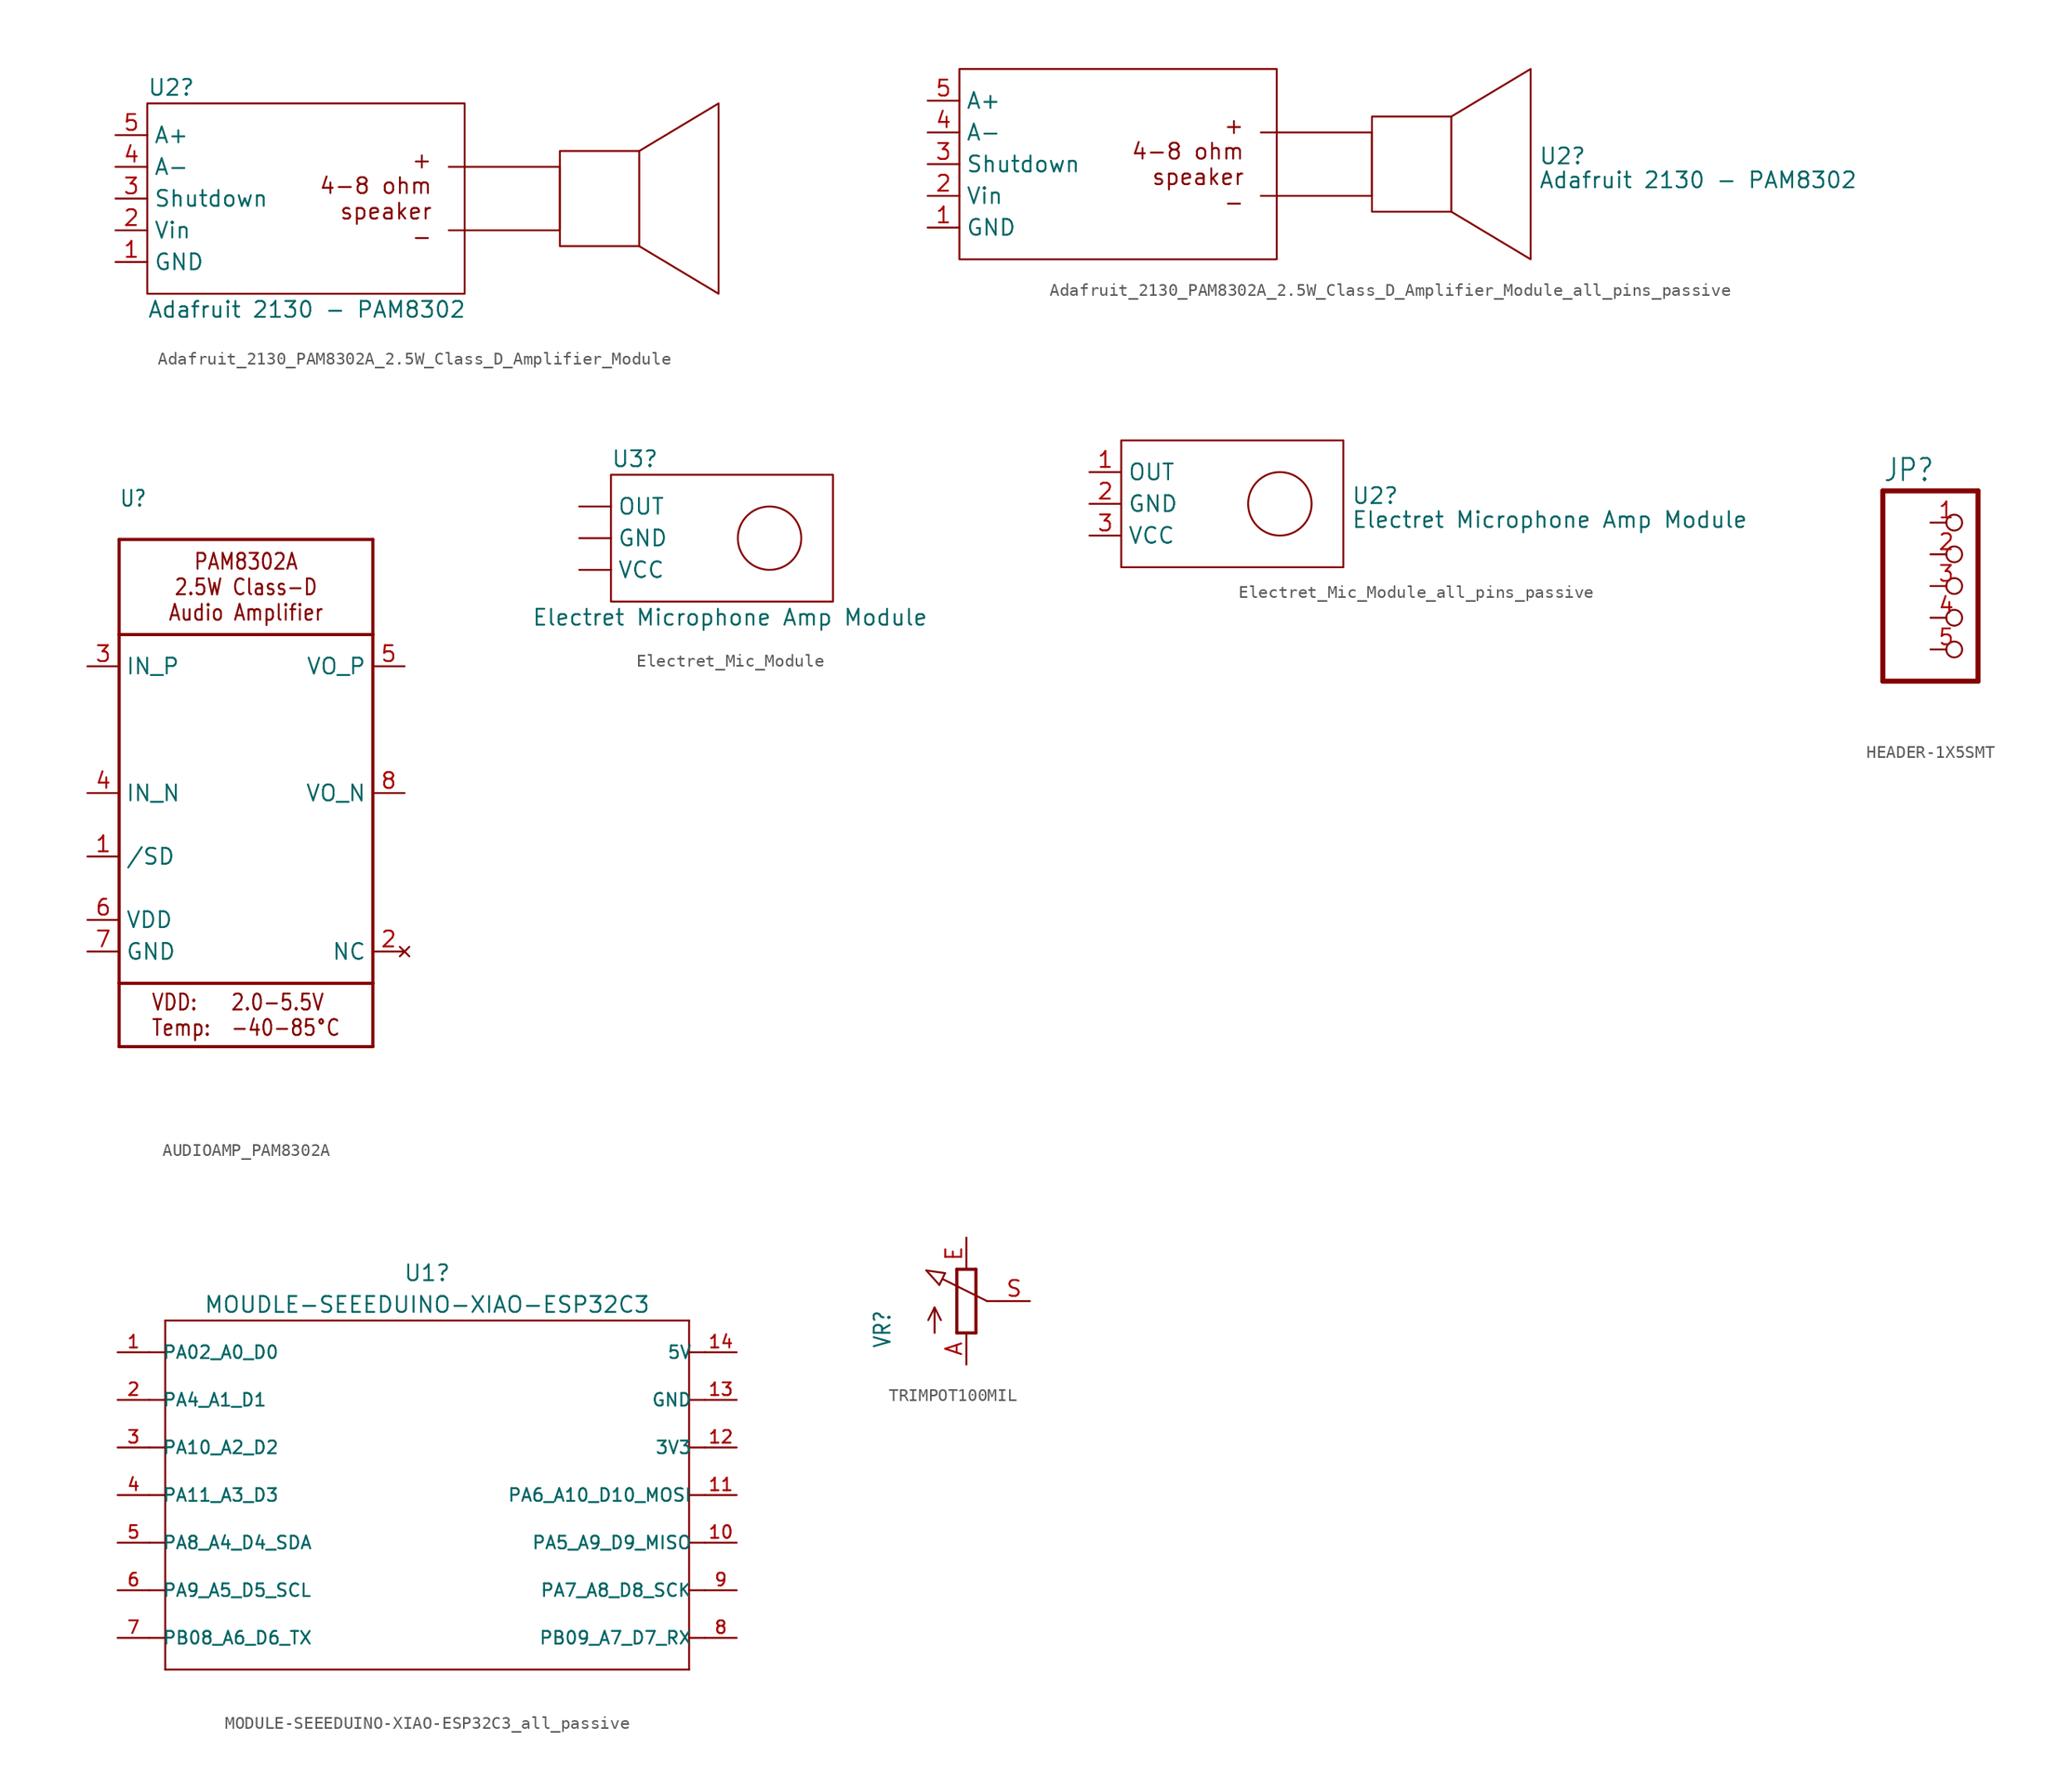
<source format=kicad_sym>
(kicad_symbol_lib
  (version 20220914)
  (generator kicad_symbol_editor)
  (symbol "Adafruit_2130_PAM8302A_2.5W_Class_D_Amplifier_Module"
    (property "Reference" "U2"
      (at -5.08 8.89 0)
      (effects (font (size 1.27 1.27)) (justify left)))
    (property "Value" "Adafruit 2130 - PAM8302"
      (at -5.08 -8.89 0)
      (effects (font (size 1.27 1.27)) (justify left)))
    (symbol "Adafruit_2130_PAM8302A_2.5W_Class_D_Amplifier_Module_0_1"
      (rectangle (start -5.08 7.62) (end 20.32 -7.62) (stroke (width 0) (type default)) (fill (type none)))
      (polyline (pts (xy 19.05 2.54) (xy 27.94 2.54) (xy 27.94 -2.54) (xy 19.05 -2.54)) (stroke (width 0) (type default)) (fill (type none)))
      (polyline (pts (xy 34.29 3.81) (xy 40.64 7.62) (xy 40.64 -7.62) (xy 34.29 -3.81)) (stroke (width 0) (type default)) (fill (type none)))
      (rectangle (start 27.94 3.81) (end 34.29 -3.81) (stroke (width 0) (type default)) (fill (type none))))
    (symbol "Adafruit_2130_PAM8302A_2.5W_Class_D_Amplifier_Module_1_1"
      (text "+\n4-8 ohm\nspeaker\n-" (at 17.78 0 0) (effects (font (size 1.27 1.27)) (justify right)))
      (pin power_in line (at -7.62 -5.08 0) (length 2.54) (name "GND" (effects (font (size 1.27 1.27)))) (number "1" (effects (font (size 1.27 1.27)))))
      (pin power_in line (at -7.62 -2.54 0) (length 2.54) (name "Vin" (effects (font (size 1.27 1.27)))) (number "2" (effects (font (size 1.27 1.27)))))
      (pin bidirectional line (at -7.62 0 0) (length 2.54) (name "Shutdown" (effects (font (size 1.27 1.27)))) (number "3" (effects (font (size 1.27 1.27)))))
      (pin bidirectional line (at -7.62 2.54 0) (length 2.54) (name "A-" (effects (font (size 1.27 1.27)))) (number "4" (effects (font (size 1.27 1.27)))))
      (pin bidirectional line (at -7.62 5.08 0) (length 2.54) (name "A+" (effects (font (size 1.27 1.27)))) (number "5" (effects (font (size 1.27 1.27)))))))
  (symbol "Adafruit_2130_PAM8302A_2.5W_Class_D_Amplifier_Module_all_pins_passive"
    (property "Reference" "U2"
      (at 41.275 0.644 0)
      (effects (font (size 1.27 1.27)) (justify left)))
    (property "Value" "Adafruit 2130 - PAM8302"
      (at 41.275 -1.277 0)
      (effects (font (size 1.27 1.27)) (justify left)))
    (symbol "Adafruit_2130_PAM8302A_2.5W_Class_D_Amplifier_Module_all_pins_passive_0_1"
      (rectangle (start -5.08 7.62) (end 20.32 -7.62) (stroke (width 0) (type default)) (fill (type none)))
      (polyline (pts (xy 19.05 2.54) (xy 27.94 2.54) (xy 27.94 -2.54) (xy 19.05 -2.54)) (stroke (width 0) (type default)) (fill (type none)))
      (polyline (pts (xy 34.29 3.81) (xy 40.64 7.62) (xy 40.64 -7.62) (xy 34.29 -3.81)) (stroke (width 0) (type default)) (fill (type none)))
      (rectangle (start 27.94 3.81) (end 34.29 -3.81) (stroke (width 0) (type default)) (fill (type none))))
    (symbol "Adafruit_2130_PAM8302A_2.5W_Class_D_Amplifier_Module_all_pins_passive_1_1"
      (text "+\n4-8 ohm\nspeaker\n-" (at 17.78 0 0) (effects (font (size 1.27 1.27)) (justify right)))
      (pin passive line (at -7.62 -5.08 0) (length 2.54) (name "GND" (effects (font (size 1.27 1.27)))) (number "1" (effects (font (size 1.27 1.27)))))
      (pin passive line (at -7.62 -2.54 0) (length 2.54) (name "Vin" (effects (font (size 1.27 1.27)))) (number "2" (effects (font (size 1.27 1.27)))))
      (pin passive line (at -7.62 0 0) (length 2.54) (name "Shutdown" (effects (font (size 1.27 1.27)))) (number "3" (effects (font (size 1.27 1.27)))))
      (pin passive line (at -7.62 2.54 0) (length 2.54) (name "A-" (effects (font (size 1.27 1.27)))) (number "4" (effects (font (size 1.27 1.27)))))
      (pin passive line (at -7.62 5.08 0) (length 2.54) (name "A+" (effects (font (size 1.27 1.27)))) (number "5" (effects (font (size 1.27 1.27)))))))
  (symbol "AUDIOAMP_PAM8302A"
    (property "Reference" "U"
      (at -10.16 22.86 0)
      (effects (font (size 1.27 1.079)) (justify left bottom)))
    (property "Value" ""
      (at -10.16 -22.86 0)
      (effects (font (size 1.27 1.079)) (justify left bottom)))
    (property "ki_locked" ""
      (at 0 0 0)
      (effects (font (size 1.27 1.27))))
    (symbol "AUDIOAMP_PAM8302A_1_0"
      (polyline (pts (xy -10.16 -20.32) (xy 10.16 -20.32)) (stroke (width 0.254) (type solid)) (fill (type none)))
      (polyline (pts (xy -10.16 -15.24) (xy -10.16 -20.32)) (stroke (width 0.254) (type solid)) (fill (type none)))
      (polyline (pts (xy -10.16 -15.24) (xy -10.16 12.7)) (stroke (width 0.254) (type solid)) (fill (type none)))
      (polyline (pts (xy -10.16 12.7) (xy -10.16 20.32)) (stroke (width 0.254) (type solid)) (fill (type none)))
      (polyline (pts (xy -10.16 12.7) (xy 10.16 12.7)) (stroke (width 0.254) (type solid)) (fill (type none)))
      (polyline (pts (xy -10.16 20.32) (xy 10.16 20.32)) (stroke (width 0.254) (type solid)) (fill (type none)))
      (polyline (pts (xy 10.16 -20.32) (xy 10.16 -15.24)) (stroke (width 0.254) (type solid)) (fill (type none)))
      (polyline (pts (xy 10.16 -15.24) (xy -10.16 -15.24)) (stroke (width 0.254) (type solid)) (fill (type none)))
      (polyline (pts (xy 10.16 12.7) (xy 10.16 -15.24)) (stroke (width 0.254) (type solid)) (fill (type none)))
      (polyline (pts (xy 10.16 20.32) (xy 10.16 12.7)) (stroke (width 0.254) (type solid)) (fill (type none)))
      (text "2.0-5.5V\n-40-85°C" (at -1.27 -17.78 0) (effects (font (size 1.27 1.079)) (justify left)))
      (text "PAM8302A\n2.5W Class-D\nAudio Amplifier" (at 0 16.51 0) (effects (font (size 1.27 1.079))))
      (text "VDD:\nTemp:" (at -7.62 -17.78 0) (effects (font (size 1.27 1.079)) (justify left)))
      (pin input line (at -12.7 -5.08 0) (length 2.54) (name "/SD" (effects (font (size 1.27 1.27)))) (number "1" (effects (font (size 1.27 1.27)))))
      (pin no_connect line (at 12.7 -12.7 180) (length 2.54) (name "NC" (effects (font (size 1.27 1.27)))) (number "2" (effects (font (size 1.27 1.27)))))
      (pin input line (at -12.7 10.16 0) (length 2.54) (name "IN_P" (effects (font (size 1.27 1.27)))) (number "3" (effects (font (size 1.27 1.27)))))
      (pin input line (at -12.7 0 0) (length 2.54) (name "IN_N" (effects (font (size 1.27 1.27)))) (number "4" (effects (font (size 1.27 1.27)))))
      (pin output line (at 12.7 10.16 180) (length 2.54) (name "VO_P" (effects (font (size 1.27 1.27)))) (number "5" (effects (font (size 1.27 1.27)))))
      (pin power_in line (at -12.7 -10.16 0) (length 2.54) (name "VDD" (effects (font (size 1.27 1.27)))) (number "6" (effects (font (size 1.27 1.27)))))
      (pin power_in line (at -12.7 -12.7 0) (length 2.54) (name "GND" (effects (font (size 1.27 1.27)))) (number "7" (effects (font (size 1.27 1.27)))))
      (pin output line (at 12.7 0 180) (length 2.54) (name "VO_N" (effects (font (size 1.27 1.27)))) (number "8" (effects (font (size 1.27 1.27)))))))
  (symbol "Electret_Mic_Module"
    (property "Reference" "U3"
      (at -8.89 6.35 0)
      (effects (font (size 1.27 1.27)) (justify left)))
    (property "Value" "Electret Microphone Amp Module"
      (at -15.24 -6.35 0)
      (effects (font (size 1.27 1.27)) (justify left)))
    (symbol "Electret_Mic_Module_0_1"
      (rectangle (start -8.89 5.08) (end 8.89 -5.08) (stroke (width 0) (type default)) (fill (type none)))
      (circle (center 3.81 0) (radius 2.54) (stroke (width 0) (type default)) (fill (type none))))
    (symbol "Electret_Mic_Module_1_1"
      (pin bidirectional line (at -11.43 0 0) (length 2.54) (name "GND" (effects (font (size 1.27 1.27)))) (number "" (effects (font (size 1.27 1.27)))))
      (pin bidirectional line (at -11.43 2.54 0) (length 2.54) (name "OUT" (effects (font (size 1.27 1.27)))) (number "" (effects (font (size 1.27 1.27)))))
      (pin bidirectional line (at -11.43 -2.54 0) (length 2.54) (name "VCC" (effects (font (size 1.27 1.27)))) (number "" (effects (font (size 1.27 1.27)))))))
  (symbol "Electret_Mic_Module_all_pins_passive"
    (property "Reference" "U2"
      (at 9.525 0.644 0)
      (effects (font (size 1.27 1.27)) (justify left)))
    (property "Value" "Electret Microphone Amp Module"
      (at 9.525 -1.277 0)
      (effects (font (size 1.27 1.27)) (justify left)))
    (symbol "Electret_Mic_Module_all_pins_passive_0_1"
      (rectangle (start -8.89 5.08) (end 8.89 -5.08) (stroke (width 0) (type default)) (fill (type none)))
      (circle (center 3.81 0) (radius 2.54) (stroke (width 0) (type default)) (fill (type none))))
    (symbol "Electret_Mic_Module_all_pins_passive_1_1"
      (pin passive line (at -11.43 2.54 0) (length 2.54) (name "OUT" (effects (font (size 1.27 1.27)))) (number "1" (effects (font (size 1.27 1.27)))))
      (pin passive line (at -11.43 0 0) (length 2.54) (name "GND" (effects (font (size 1.27 1.27)))) (number "2" (effects (font (size 1.27 1.27)))))
      (pin passive line (at -11.43 -2.54 0) (length 2.54) (name "VCC" (effects (font (size 1.27 1.27)))) (number "3" (effects (font (size 1.27 1.27)))))))
  (symbol "HEADER-1X5SMT"
    (property "Reference" "JP"
      (at -6.35 8.255 0)
      (effects (font (size 1.778 1.511)) (justify left bottom)))
    (property "Value" ""
      (at -6.35 -10.16 0)
      (effects (font (size 1.778 1.511)) (justify left bottom)))
    (property "ki_locked" ""
      (at 0 0 0)
      (effects (font (size 1.27 1.27))))
    (symbol "HEADER-1X5SMT_1_0"
      (polyline (pts (xy -6.35 -7.62) (xy 1.27 -7.62)) (stroke (width 0.406) (type solid)) (fill (type none)))
      (polyline (pts (xy -6.35 7.62) (xy -6.35 -7.62)) (stroke (width 0.406) (type solid)) (fill (type none)))
      (polyline (pts (xy 1.27 -7.62) (xy 1.27 7.62)) (stroke (width 0.406) (type solid)) (fill (type none)))
      (polyline (pts (xy 1.27 7.62) (xy -6.35 7.62)) (stroke (width 0.406) (type solid)) (fill (type none)))
      (pin passive inverted (at -2.54 5.08 0) (length 2.54) (name "1" (effects (font (size 0 0)))) (number "1" (effects (font (size 1.27 1.27)))))
      (pin passive inverted (at -2.54 2.54 0) (length 2.54) (name "2" (effects (font (size 0 0)))) (number "2" (effects (font (size 1.27 1.27)))))
      (pin passive inverted (at -2.54 0 0) (length 2.54) (name "3" (effects (font (size 0 0)))) (number "3" (effects (font (size 1.27 1.27)))))
      (pin passive inverted (at -2.54 -2.54 0) (length 2.54) (name "4" (effects (font (size 0 0)))) (number "4" (effects (font (size 1.27 1.27)))))
      (pin passive inverted (at -2.54 -5.08 0) (length 2.54) (name "5" (effects (font (size 0 0)))) (number "5" (effects (font (size 1.27 1.27)))))))
  (symbol "MODULE-SEEEDUINO-XIAO-ESP32C3_all_passive"
    (pin_names
      (offset 1.016))
    (property "Reference" "U1"
      (at -0.635 17.78 0)
      (effects (font (size 1.27 1.27))))
    (property "Value" "MOUDLE-SEEEDUINO-XIAO-ESP32C3"
      (at -0.635 15.24 0)
      (effects (font (size 1.27 1.27))))
    (symbol "MODULE-SEEEDUINO-XIAO-ESP32C3_all_passive_0_0"
      (polyline (pts (xy -21.59 -13.97) (xy -21.59 0)) (stroke (width 0.152) (type default)) (fill (type none)))
      (polyline (pts (xy -21.59 -11.43) (xy -22.86 -11.43)) (stroke (width 0.152) (type default)) (fill (type none)))
      (polyline (pts (xy -21.59 -7.62) (xy -22.86 -7.62)) (stroke (width 0.152) (type default)) (fill (type none)))
      (polyline (pts (xy -21.59 -3.81) (xy -22.86 -3.81)) (stroke (width 0.152) (type default)) (fill (type none)))
      (polyline (pts (xy -21.59 0) (xy -22.86 0)) (stroke (width 0.152) (type default)) (fill (type none)))
      (polyline (pts (xy -21.59 0) (xy -21.59 3.81)) (stroke (width 0.152) (type default)) (fill (type none)))
      (polyline (pts (xy -21.59 3.81) (xy -22.86 3.81)) (stroke (width 0.152) (type default)) (fill (type none)))
      (polyline (pts (xy -21.59 3.81) (xy -21.59 7.62)) (stroke (width 0.152) (type default)) (fill (type none)))
      (polyline (pts (xy -21.59 7.62) (xy -22.86 7.62)) (stroke (width 0.152) (type default)) (fill (type none)))
      (polyline (pts (xy -21.59 7.62) (xy -21.59 11.43)) (stroke (width 0.152) (type default)) (fill (type none)))
      (polyline (pts (xy -21.59 11.43) (xy -22.86 11.43)) (stroke (width 0.152) (type default)) (fill (type none)))
      (polyline (pts (xy -21.59 11.43) (xy -21.59 13.97)) (stroke (width 0.152) (type default)) (fill (type none)))
      (polyline (pts (xy -21.59 13.97) (xy 20.32 13.97)) (stroke (width 0.152) (type default)) (fill (type none)))
      (polyline (pts (xy 20.32 -13.97) (xy -21.59 -13.97)) (stroke (width 0.152) (type default)) (fill (type none)))
      (polyline (pts (xy 20.32 3.81) (xy 20.32 -13.97)) (stroke (width 0.152) (type default)) (fill (type none)))
      (polyline (pts (xy 20.32 7.62) (xy 20.32 3.81)) (stroke (width 0.152) (type default)) (fill (type none)))
      (polyline (pts (xy 20.32 11.43) (xy 20.32 7.62)) (stroke (width 0.152) (type default)) (fill (type none)))
      (polyline (pts (xy 20.32 13.97) (xy 20.32 11.43)) (stroke (width 0.152) (type default)) (fill (type none)))
      (polyline (pts (xy 21.59 -11.43) (xy 20.32 -11.43)) (stroke (width 0.152) (type default)) (fill (type none)))
      (polyline (pts (xy 21.59 -7.62) (xy 20.32 -7.62)) (stroke (width 0.152) (type default)) (fill (type none)))
      (polyline (pts (xy 21.59 -3.81) (xy 20.32 -3.81)) (stroke (width 0.152) (type default)) (fill (type none)))
      (polyline (pts (xy 21.59 0) (xy 20.32 0)) (stroke (width 0.152) (type default)) (fill (type none)))
      (polyline (pts (xy 21.59 3.81) (xy 20.32 3.81)) (stroke (width 0.152) (type default)) (fill (type none)))
      (polyline (pts (xy 21.59 7.62) (xy 20.32 7.62)) (stroke (width 0.152) (type default)) (fill (type none)))
      (polyline (pts (xy 21.59 11.43) (xy 20.32 11.43)) (stroke (width 0.152) (type default)) (fill (type none))))
    (symbol "MODULE-SEEEDUINO-XIAO-ESP32C3_all_passive_1_0"
      (pin passive line (at -25.4 11.43 0) (length 2.54) (name "PA02_A0_D0" (effects (font (size 1.016 1.016)))) (number "1" (effects (font (size 1.016 1.016)))))
      (pin passive line (at 24.13 -3.81 180) (length 2.54) (name "PA5_A9_D9_MISO" (effects (font (size 1.016 1.016)))) (number "10" (effects (font (size 1.016 1.016)))))
      (pin passive line (at 24.13 0 180) (length 2.54) (name "PA6_A10_D10_MOSI" (effects (font (size 1.016 1.016)))) (number "11" (effects (font (size 1.016 1.016)))))
      (pin passive line (at 24.13 3.81 180) (length 2.54) (name "3V3" (effects (font (size 1.016 1.016)))) (number "12" (effects (font (size 1.016 1.016)))))
      (pin passive line (at 24.13 7.62 180) (length 2.54) (name "GND" (effects (font (size 1.016 1.016)))) (number "13" (effects (font (size 1.016 1.016)))))
      (pin passive line (at 24.13 11.43 180) (length 2.54) (name "5V" (effects (font (size 1.016 1.016)))) (number "14" (effects (font (size 1.016 1.016)))))
      (pin passive line (at -25.4 7.62 0) (length 2.54) (name "PA4_A1_D1" (effects (font (size 1.016 1.016)))) (number "2" (effects (font (size 1.016 1.016)))))
      (pin passive line (at -25.4 3.81 0) (length 2.54) (name "PA10_A2_D2" (effects (font (size 1.016 1.016)))) (number "3" (effects (font (size 1.016 1.016)))))
      (pin passive line (at -25.4 0 0) (length 2.54) (name "PA11_A3_D3" (effects (font (size 1.016 1.016)))) (number "4" (effects (font (size 1.016 1.016)))))
      (pin passive line (at -25.4 -3.81 0) (length 2.54) (name "PA8_A4_D4_SDA" (effects (font (size 1.016 1.016)))) (number "5" (effects (font (size 1.016 1.016)))))
      (pin passive line (at -25.4 -7.62 0) (length 2.54) (name "PA9_A5_D5_SCL" (effects (font (size 1.016 1.016)))) (number "6" (effects (font (size 1.016 1.016)))))
      (pin passive line (at -25.4 -11.43 0) (length 2.54) (name "PB08_A6_D6_TX" (effects (font (size 1.016 1.016)))) (number "7" (effects (font (size 1.016 1.016)))))
      (pin passive line (at 24.13 -11.43 180) (length 2.54) (name "PB09_A7_D7_RX" (effects (font (size 1.016 1.016)))) (number "8" (effects (font (size 1.016 1.016)))))
      (pin passive line (at 24.13 -7.62 180) (length 2.54) (name "PA7_A8_D8_SCK" (effects (font (size 1.016 1.016)))) (number "9" (effects (font (size 1.016 1.016)))))))
  (symbol "TRIMPOT100MIL"
    (property "Reference" "VR"
      (at -5.969 -3.81 90)
      (effects (font (size 1.27 1.079)) (justify left bottom)))
    (property "Value" ""
      (at -3.81 -3.81 90)
      (effects (font (size 1.27 1.079)) (justify left bottom)))
    (property "ki_locked" ""
      (at 0 0 0)
      (effects (font (size 1.27 1.27))))
    (symbol "TRIMPOT100MIL_1_0"
      (polyline (pts (xy -3.199 2.45) (xy -1.702 2.235)) (stroke (width 0.152) (type solid)) (fill (type none)))
      (polyline (pts (xy -2.54 -2.54) (xy -2.54 -0.508)) (stroke (width 0.152) (type solid)) (fill (type none)))
      (polyline (pts (xy -2.54 -0.508) (xy -3.048 -1.524)) (stroke (width 0.152) (type solid)) (fill (type none)))
      (polyline (pts (xy -2.54 -0.508) (xy -2.032 -1.524)) (stroke (width 0.152) (type solid)) (fill (type none)))
      (polyline (pts (xy -2.16 1.294) (xy -3.199 2.45)) (stroke (width 0.152) (type solid)) (fill (type none)))
      (polyline (pts (xy -2.16 1.294) (xy -1.702 2.235)) (stroke (width 0.152) (type solid)) (fill (type none)))
      (polyline (pts (xy -0.762 -2.54) (xy 0.762 -2.54)) (stroke (width 0.254) (type solid)) (fill (type none)))
      (polyline (pts (xy -0.762 2.54) (xy -0.762 -2.54)) (stroke (width 0.254) (type solid)) (fill (type none)))
      (polyline (pts (xy 0.762 -2.54) (xy 0.762 2.54)) (stroke (width 0.254) (type solid)) (fill (type none)))
      (polyline (pts (xy 0.762 2.54) (xy -0.762 2.54)) (stroke (width 0.254) (type solid)) (fill (type none)))
      (polyline (pts (xy 1.651 0) (xy -1.88 1.753)) (stroke (width 0.152) (type solid)) (fill (type none)))
      (polyline (pts (xy 2.54 0) (xy 1.651 0)) (stroke (width 0.152) (type solid)) (fill (type none)))
      (pin passive line (at 0 -5.08 90) (length 2.54) (name "A" (effects (font (size 0 0)))) (number "A" (effects (font (size 1.27 1.27)))))
      (pin passive line (at 0 5.08 270) (length 2.54) (name "E" (effects (font (size 0 0)))) (number "E" (effects (font (size 1.27 1.27)))))
      (pin passive line (at 5.08 0 180) (length 2.54) (name "S" (effects (font (size 0 0)))) (number "S" (effects (font (size 1.27 1.27))))))))
</source>
